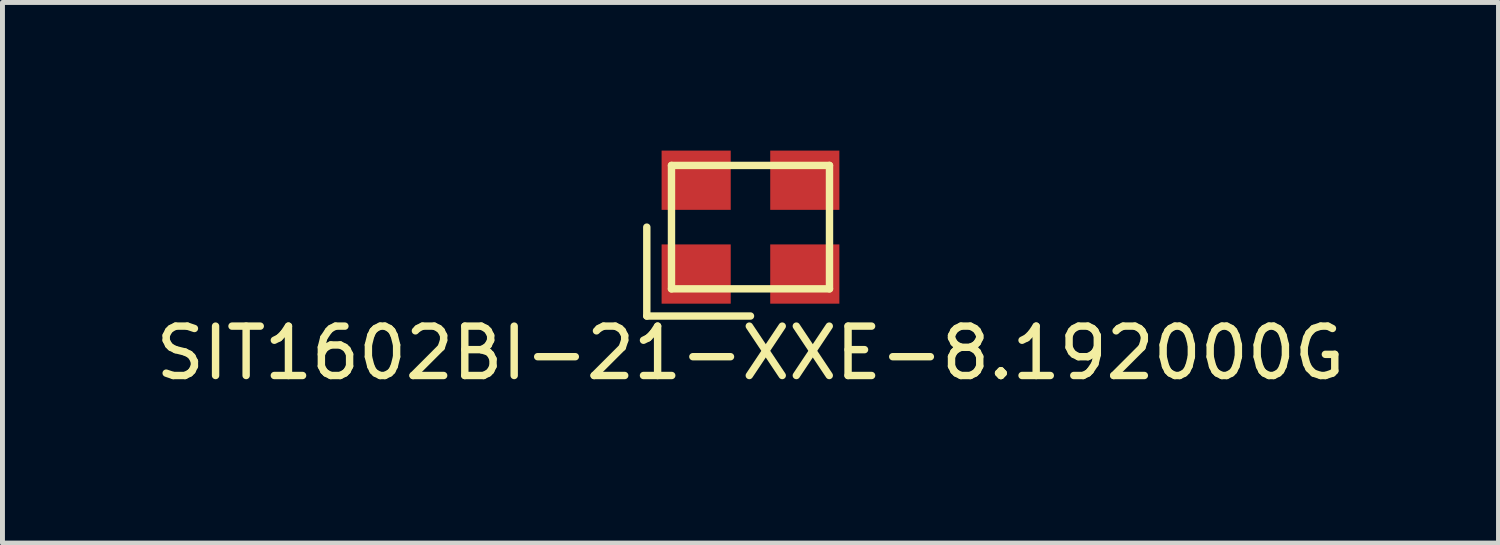
<source format=kicad_pcb>
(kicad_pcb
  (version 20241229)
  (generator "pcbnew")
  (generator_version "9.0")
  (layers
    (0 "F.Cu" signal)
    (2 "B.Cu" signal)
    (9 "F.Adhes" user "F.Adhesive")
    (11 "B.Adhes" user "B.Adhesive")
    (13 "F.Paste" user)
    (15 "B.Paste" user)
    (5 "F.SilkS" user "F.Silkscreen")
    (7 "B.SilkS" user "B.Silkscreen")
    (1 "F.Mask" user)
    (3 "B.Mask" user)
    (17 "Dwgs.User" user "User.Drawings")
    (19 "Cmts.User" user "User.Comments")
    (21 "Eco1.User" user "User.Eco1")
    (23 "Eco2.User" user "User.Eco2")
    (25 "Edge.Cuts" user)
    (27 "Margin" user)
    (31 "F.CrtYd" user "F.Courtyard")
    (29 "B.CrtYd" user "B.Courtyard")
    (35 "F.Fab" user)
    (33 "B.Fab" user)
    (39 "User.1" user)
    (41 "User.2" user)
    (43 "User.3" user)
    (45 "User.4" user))
  (footprint "SIT1602BI-21-XXE-8.192000G"
    (layer "F.Cu")
    (at 12.149 1.55)
    (property "Reference" "SIT1602BI-21-XXE-8.192000G" (at 0 2.55 0) (layer "F.SilkS") (effects (font (size 1 1) (thickness 0.15))))
    (attr through_hole)
    (fp_line (start -2.1 0) (end -2.1 1.8) (stroke (width 0.15) (type solid)) (layer "F.SilkS"))
    (fp_line (start -2.1 1.8) (end 0 1.8) (stroke (width 0.15) (type solid)) (layer "F.SilkS"))
    (fp_line (start -1.6 -1.25) (end 1.6 -1.25) (stroke (width 0.15) (type solid)) (layer "F.SilkS"))
    (fp_line (start -1.6 1.25) (end -1.6 -1.25) (stroke (width 0.15) (type solid)) (layer "F.SilkS"))
    (fp_line (start 1.6 -1.25) (end 1.6 1.25) (stroke (width 0.15) (type solid)) (layer "F.SilkS"))
    (fp_line (start 1.6 1.25) (end -1.6 1.25) (stroke (width 0.15) (type solid)) (layer "F.SilkS"))
    (pad "1" smd rect (at -1.1 0.95) (size 1.4 1.2) (layers "F.Cu" "F.Mask" "F.Paste"))
    (pad "2" smd rect (at 1.1 0.95) (size 1.4 1.2) (layers "F.Cu" "F.Mask" "F.Paste"))
    (pad "3" smd rect (at 1.1 -0.95) (size 1.4 1.2) (layers "F.Cu" "F.Mask" "F.Paste"))
    (pad "4" smd rect (at -1.1 -0.95) (size 1.4 1.2) (layers "F.Cu" "F.Mask" "F.Paste")))
  (gr_rect
    (start -3 -3)
    (end 27.298 7.948)
    (stroke (width 0.1) (type default))
    (fill no)
    (layer "Edge.Cuts")))
</source>
